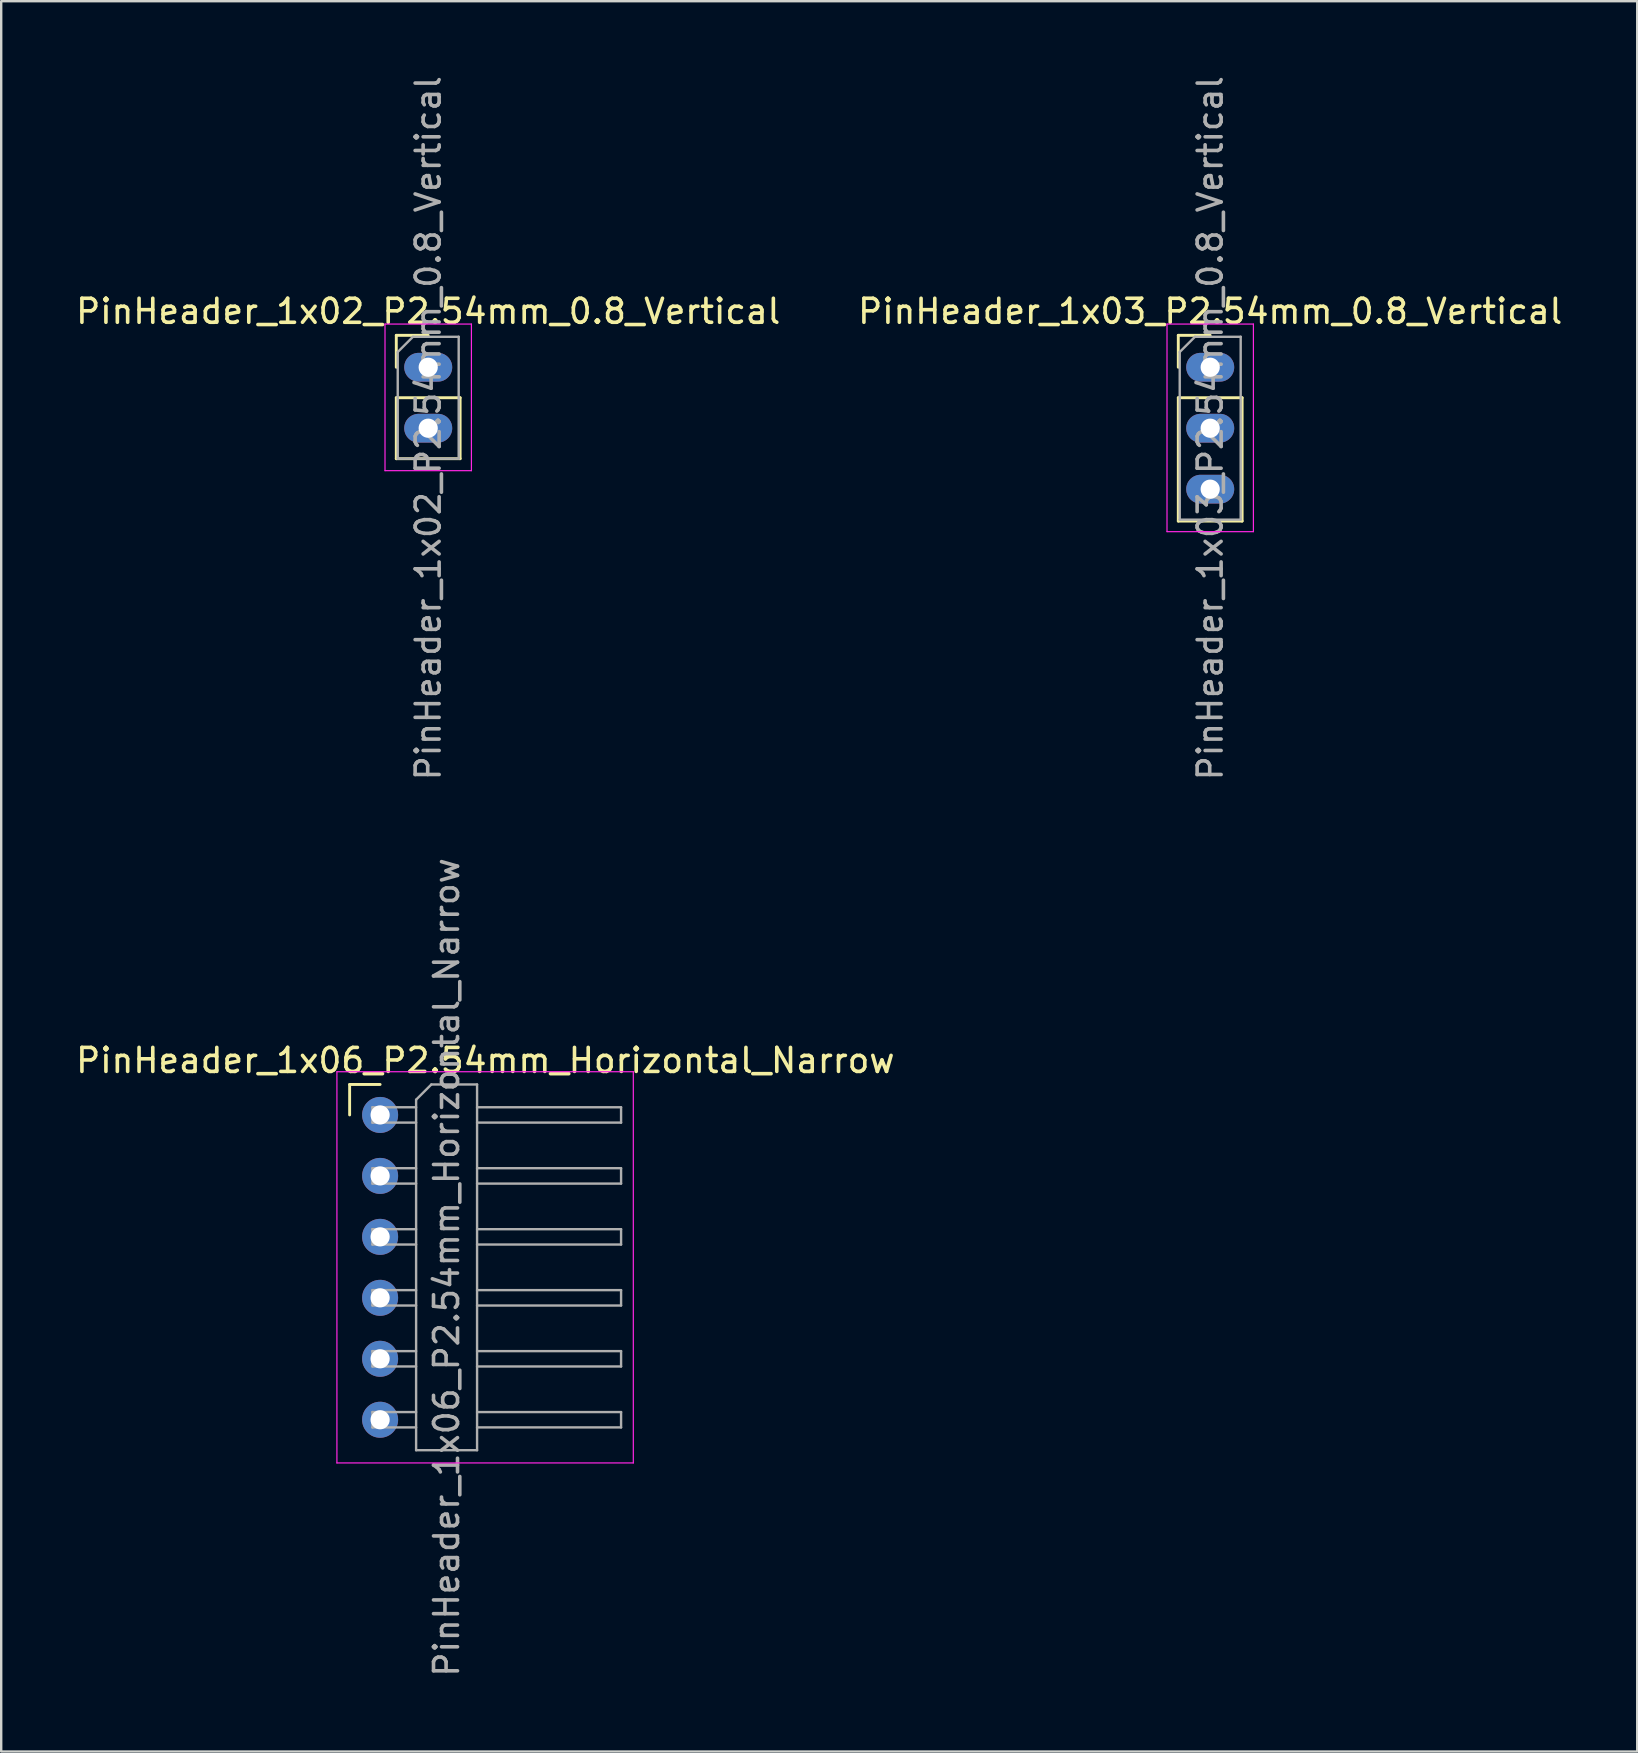
<source format=kicad_pcb>
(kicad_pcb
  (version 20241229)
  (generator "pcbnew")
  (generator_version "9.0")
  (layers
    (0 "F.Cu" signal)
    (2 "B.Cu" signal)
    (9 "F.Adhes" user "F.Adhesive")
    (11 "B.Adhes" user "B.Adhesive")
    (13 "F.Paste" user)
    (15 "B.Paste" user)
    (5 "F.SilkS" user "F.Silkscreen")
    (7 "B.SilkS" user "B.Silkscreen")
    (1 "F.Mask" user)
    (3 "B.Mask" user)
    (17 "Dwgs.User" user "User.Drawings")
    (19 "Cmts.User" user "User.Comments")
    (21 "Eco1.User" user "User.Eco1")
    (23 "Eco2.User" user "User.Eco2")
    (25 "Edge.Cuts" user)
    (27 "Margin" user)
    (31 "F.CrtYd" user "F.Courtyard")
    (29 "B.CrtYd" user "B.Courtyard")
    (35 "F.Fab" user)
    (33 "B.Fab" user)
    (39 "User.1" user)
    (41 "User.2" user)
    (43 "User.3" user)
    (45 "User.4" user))
  (footprint "PinHeader_1x03_P2.54mm_0.8_Vertical"
    (layer "F.Cu")
    (at 47.375 12.252)
    (property "Reference" "PinHeader_1x03_P2.54mm_0.8_Vertical" (at 0 -2.33 0) (layer "F.SilkS") (effects (font (size 1 1) (thickness 0.15))))
    (attr through_hole)
    (fp_line (start -1.33 -1.33) (end 0 -1.33) (stroke (width 0.12) (type solid)) (layer "F.SilkS"))
    (fp_line (start -1.33 0) (end -1.33 -1.33) (stroke (width 0.12) (type solid)) (layer "F.SilkS"))
    (fp_line (start -1.33 1.27) (end -1.33 6.41) (stroke (width 0.12) (type solid)) (layer "F.SilkS"))
    (fp_line (start -1.33 1.27) (end 1.33 1.27) (stroke (width 0.12) (type solid)) (layer "F.SilkS"))
    (fp_line (start -1.33 6.41) (end 1.33 6.41) (stroke (width 0.12) (type solid)) (layer "F.SilkS"))
    (fp_line (start 1.33 1.27) (end 1.33 6.41) (stroke (width 0.12) (type solid)) (layer "F.SilkS"))
    (fp_line (start -1.8 -1.8) (end -1.8 6.85) (stroke (width 0.05) (type solid)) (layer "F.CrtYd"))
    (fp_line (start -1.8 6.85) (end 1.8 6.85) (stroke (width 0.05) (type solid)) (layer "F.CrtYd"))
    (fp_line (start 1.8 -1.8) (end -1.8 -1.8) (stroke (width 0.05) (type solid)) (layer "F.CrtYd"))
    (fp_line (start 1.8 6.85) (end 1.8 -1.8) (stroke (width 0.05) (type solid)) (layer "F.CrtYd"))
    (fp_line (start -1.27 -0.635) (end -0.635 -1.27) (stroke (width 0.1) (type solid)) (layer "F.Fab"))
    (fp_line (start -1.27 6.35) (end -1.27 -0.635) (stroke (width 0.1) (type solid)) (layer "F.Fab"))
    (fp_line (start -0.635 -1.27) (end 1.27 -1.27) (stroke (width 0.1) (type solid)) (layer "F.Fab"))
    (fp_line (start 1.27 -1.27) (end 1.27 6.35) (stroke (width 0.1) (type solid)) (layer "F.Fab"))
    (fp_line (start 1.27 6.35) (end -1.27 6.35) (stroke (width 0.1) (type solid)) (layer "F.Fab"))
    (fp_text user "${REFERENCE}" (at 0 2.54 90) (layer "F.Fab") (effects (font (size 1 1) (thickness 0.15))))
    (pad "1" thru_hole oval (at 0 0) (size 2 1.2) (drill 0.8) (layers "*.Cu" "*.Mask"))
    (pad "2" thru_hole oval (at 0 2.54) (size 2 1.2) (drill 0.8) (layers "*.Cu" "*.Mask"))
    (pad "3" thru_hole oval (at 0 5.08) (size 2 1.2) (drill 0.8) (layers "*.Cu" "*.Mask")))
  (footprint "PinHeader_1x06_P2.54mm_Horizontal_Narrow"
    (layer "F.Cu")
    (at 12.788 43.406)
    (property "Reference" "PinHeader_1x06_P2.54mm_Horizontal_Narrow" (at 4.385 -2.27 0) (layer "F.SilkS") (effects (font (size 1 1) (thickness 0.15))))
    (attr through_hole)
    (fp_line (start -1.27 -1.27) (end 0 -1.27) (stroke (width 0.12) (type solid)) (layer "F.SilkS"))
    (fp_line (start -1.27 0) (end -1.27 -1.27) (stroke (width 0.12) (type solid)) (layer "F.SilkS"))
    (fp_line (start -1.8 -1.8) (end -1.8 14.5) (stroke (width 0.05) (type solid)) (layer "F.CrtYd"))
    (fp_line (start -1.8 14.5) (end 10.55 14.5) (stroke (width 0.05) (type solid)) (layer "F.CrtYd"))
    (fp_line (start 10.55 -1.8) (end -1.8 -1.8) (stroke (width 0.05) (type solid)) (layer "F.CrtYd"))
    (fp_line (start 10.55 14.5) (end 10.55 -1.8) (stroke (width 0.05) (type solid)) (layer "F.CrtYd"))
    (fp_line (start -0.32 -0.32) (end -0.32 0.32) (stroke (width 0.1) (type solid)) (layer "F.Fab"))
    (fp_line (start -0.32 -0.32) (end 1.5 -0.32) (stroke (width 0.1) (type solid)) (layer "F.Fab"))
    (fp_line (start -0.32 0.32) (end 1.5 0.32) (stroke (width 0.1) (type solid)) (layer "F.Fab"))
    (fp_line (start -0.32 2.22) (end -0.32 2.86) (stroke (width 0.1) (type solid)) (layer "F.Fab"))
    (fp_line (start -0.32 2.22) (end 1.5 2.22) (stroke (width 0.1) (type solid)) (layer "F.Fab"))
    (fp_line (start -0.32 2.86) (end 1.5 2.86) (stroke (width 0.1) (type solid)) (layer "F.Fab"))
    (fp_line (start -0.32 4.76) (end -0.32 5.4) (stroke (width 0.1) (type solid)) (layer "F.Fab"))
    (fp_line (start -0.32 4.76) (end 1.5 4.76) (stroke (width 0.1) (type solid)) (layer "F.Fab"))
    (fp_line (start -0.32 5.4) (end 1.5 5.4) (stroke (width 0.1) (type solid)) (layer "F.Fab"))
    (fp_line (start -0.32 7.3) (end -0.32 7.94) (stroke (width 0.1) (type solid)) (layer "F.Fab"))
    (fp_line (start -0.32 7.3) (end 1.5 7.3) (stroke (width 0.1) (type solid)) (layer "F.Fab"))
    (fp_line (start -0.32 7.94) (end 1.5 7.94) (stroke (width 0.1) (type solid)) (layer "F.Fab"))
    (fp_line (start -0.32 9.84) (end -0.32 10.48) (stroke (width 0.1) (type solid)) (layer "F.Fab"))
    (fp_line (start -0.32 9.84) (end 1.5 9.84) (stroke (width 0.1) (type solid)) (layer "F.Fab"))
    (fp_line (start -0.32 10.48) (end 1.5 10.48) (stroke (width 0.1) (type solid)) (layer "F.Fab"))
    (fp_line (start -0.32 12.38) (end -0.32 13.02) (stroke (width 0.1) (type solid)) (layer "F.Fab"))
    (fp_line (start -0.32 12.38) (end 1.5 12.38) (stroke (width 0.1) (type solid)) (layer "F.Fab"))
    (fp_line (start -0.32 13.02) (end 1.5 13.02) (stroke (width 0.1) (type solid)) (layer "F.Fab"))
    (fp_line (start 1.5 -0.635) (end 2.135 -1.27) (stroke (width 0.1) (type solid)) (layer "F.Fab"))
    (fp_line (start 1.5 13.97) (end 1.5 -0.635) (stroke (width 0.1) (type solid)) (layer "F.Fab"))
    (fp_line (start 2.135 -1.27) (end 4.04 -1.27) (stroke (width 0.1) (type solid)) (layer "F.Fab"))
    (fp_line (start 4.04 -1.27) (end 4.04 13.97) (stroke (width 0.1) (type solid)) (layer "F.Fab"))
    (fp_line (start 4.04 -0.32) (end 10.04 -0.32) (stroke (width 0.1) (type solid)) (layer "F.Fab"))
    (fp_line (start 4.04 0.32) (end 10.04 0.32) (stroke (width 0.1) (type solid)) (layer "F.Fab"))
    (fp_line (start 4.04 2.22) (end 10.04 2.22) (stroke (width 0.1) (type solid)) (layer "F.Fab"))
    (fp_line (start 4.04 2.86) (end 10.04 2.86) (stroke (width 0.1) (type solid)) (layer "F.Fab"))
    (fp_line (start 4.04 4.76) (end 10.04 4.76) (stroke (width 0.1) (type solid)) (layer "F.Fab"))
    (fp_line (start 4.04 5.4) (end 10.04 5.4) (stroke (width 0.1) (type solid)) (layer "F.Fab"))
    (fp_line (start 4.04 7.3) (end 10.04 7.3) (stroke (width 0.1) (type solid)) (layer "F.Fab"))
    (fp_line (start 4.04 7.94) (end 10.04 7.94) (stroke (width 0.1) (type solid)) (layer "F.Fab"))
    (fp_line (start 4.04 9.84) (end 10.04 9.84) (stroke (width 0.1) (type solid)) (layer "F.Fab"))
    (fp_line (start 4.04 10.48) (end 10.04 10.48) (stroke (width 0.1) (type solid)) (layer "F.Fab"))
    (fp_line (start 4.04 12.38) (end 10.04 12.38) (stroke (width 0.1) (type solid)) (layer "F.Fab"))
    (fp_line (start 4.04 13.02) (end 10.04 13.02) (stroke (width 0.1) (type solid)) (layer "F.Fab"))
    (fp_line (start 4.04 13.97) (end 1.5 13.97) (stroke (width 0.1) (type solid)) (layer "F.Fab"))
    (fp_line (start 10.04 -0.32) (end 10.04 0.32) (stroke (width 0.1) (type solid)) (layer "F.Fab"))
    (fp_line (start 10.04 2.22) (end 10.04 2.86) (stroke (width 0.1) (type solid)) (layer "F.Fab"))
    (fp_line (start 10.04 4.76) (end 10.04 5.4) (stroke (width 0.1) (type solid)) (layer "F.Fab"))
    (fp_line (start 10.04 7.3) (end 10.04 7.94) (stroke (width 0.1) (type solid)) (layer "F.Fab"))
    (fp_line (start 10.04 9.84) (end 10.04 10.48) (stroke (width 0.1) (type solid)) (layer "F.Fab"))
    (fp_line (start 10.04 12.38) (end 10.04 13.02) (stroke (width 0.1) (type solid)) (layer "F.Fab"))
    (fp_text user "${REFERENCE}" (at 2.77 6.35 90) (layer "F.Fab") (effects (font (size 1 1) (thickness 0.15))))
    (pad "1" thru_hole circle (at 0 0) (size 1.5 1.5) (drill 0.8) (layers "*.Cu" "*.Mask"))
    (pad "2" thru_hole circle (at 0 2.54) (size 1.5 1.5) (drill 0.8) (layers "*.Cu" "*.Mask"))
    (pad "3" thru_hole circle (at 0 5.08) (size 1.5 1.5) (drill 0.8) (layers "*.Cu" "*.Mask"))
    (pad "4" thru_hole circle (at 0 7.62) (size 1.5 1.5) (drill 0.8) (layers "*.Cu" "*.Mask"))
    (pad "5" thru_hole circle (at 0 10.16) (size 1.5 1.5) (drill 0.8) (layers "*.Cu" "*.Mask"))
    (pad "6" thru_hole circle (at 0 12.7) (size 1.5 1.5) (drill 0.8) (layers "*.Cu" "*.Mask")))
  (footprint "PinHeader_1x02_P2.54mm_0.8_Vertical"
    (layer "F.Cu")
    (at 14.792 12.252)
    (property "Reference" "PinHeader_1x02_P2.54mm_0.8_Vertical" (at 0 -2.33 0) (layer "F.SilkS") (effects (font (size 1 1) (thickness 0.15))))
    (attr through_hole)
    (fp_line (start -1.33 -1.33) (end 0 -1.33) (stroke (width 0.12) (type solid)) (layer "F.SilkS"))
    (fp_line (start -1.33 0) (end -1.33 -1.33) (stroke (width 0.12) (type solid)) (layer "F.SilkS"))
    (fp_line (start -1.33 1.27) (end -1.33 3.81) (stroke (width 0.12) (type solid)) (layer "F.SilkS"))
    (fp_line (start -1.33 1.27) (end 1.33 1.27) (stroke (width 0.12) (type solid)) (layer "F.SilkS"))
    (fp_line (start -1.33 3.81) (end 1.33 3.81) (stroke (width 0.12) (type solid)) (layer "F.SilkS"))
    (fp_line (start 1.33 1.27) (end 1.33 3.81) (stroke (width 0.12) (type solid)) (layer "F.SilkS"))
    (fp_line (start -1.8 -1.8) (end -1.8 4.31) (stroke (width 0.05) (type solid)) (layer "F.CrtYd"))
    (fp_line (start -1.8 4.31) (end 1.8 4.31) (stroke (width 0.05) (type solid)) (layer "F.CrtYd"))
    (fp_line (start 1.8 -1.8) (end -1.8 -1.8) (stroke (width 0.05) (type solid)) (layer "F.CrtYd"))
    (fp_line (start 1.8 4.31) (end 1.8 -1.8) (stroke (width 0.05) (type solid)) (layer "F.CrtYd"))
    (fp_line (start -1.27 -0.635) (end -0.635 -1.27) (stroke (width 0.1) (type solid)) (layer "F.Fab"))
    (fp_line (start -1.27 3.81) (end -1.27 -0.635) (stroke (width 0.1) (type solid)) (layer "F.Fab"))
    (fp_line (start -0.635 -1.27) (end 1.27 -1.27) (stroke (width 0.1) (type solid)) (layer "F.Fab"))
    (fp_line (start 1.27 -1.27) (end 1.27 3.81) (stroke (width 0.1) (type solid)) (layer "F.Fab"))
    (fp_line (start 1.27 3.81) (end -1.27 3.81) (stroke (width 0.1) (type solid)) (layer "F.Fab"))
    (fp_text user "${REFERENCE}" (at 0 2.54 90) (layer "F.Fab") (effects (font (size 1 1) (thickness 0.15))))
    (pad "1" thru_hole oval (at 0 0) (size 2 1.2) (drill 0.8) (layers "*.Cu" "*.Mask"))
    (pad "2" thru_hole oval (at 0 2.54) (size 2 1.2) (drill 0.8) (layers "*.Cu" "*.Mask")))
  (gr_rect
    (start -3 -3)
    (end 65.167 69.929)
    (stroke (width 0.1) (type default))
    (fill no)
    (layer "Edge.Cuts")))
</source>
